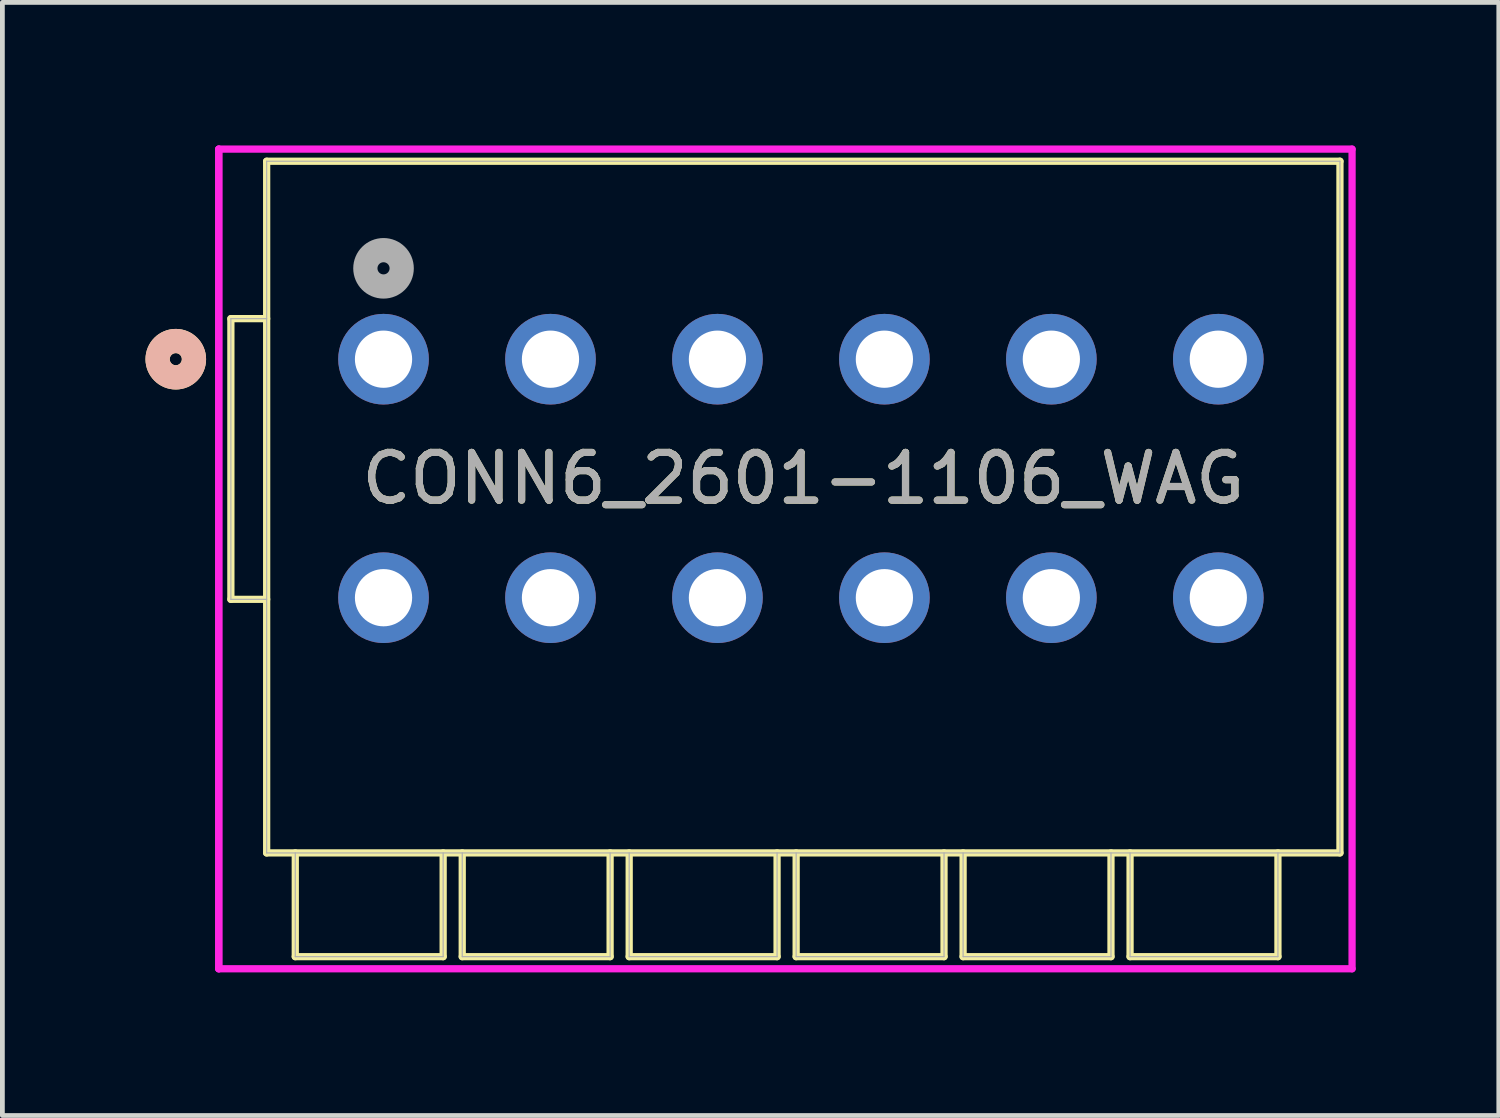
<source format=kicad_pcb>
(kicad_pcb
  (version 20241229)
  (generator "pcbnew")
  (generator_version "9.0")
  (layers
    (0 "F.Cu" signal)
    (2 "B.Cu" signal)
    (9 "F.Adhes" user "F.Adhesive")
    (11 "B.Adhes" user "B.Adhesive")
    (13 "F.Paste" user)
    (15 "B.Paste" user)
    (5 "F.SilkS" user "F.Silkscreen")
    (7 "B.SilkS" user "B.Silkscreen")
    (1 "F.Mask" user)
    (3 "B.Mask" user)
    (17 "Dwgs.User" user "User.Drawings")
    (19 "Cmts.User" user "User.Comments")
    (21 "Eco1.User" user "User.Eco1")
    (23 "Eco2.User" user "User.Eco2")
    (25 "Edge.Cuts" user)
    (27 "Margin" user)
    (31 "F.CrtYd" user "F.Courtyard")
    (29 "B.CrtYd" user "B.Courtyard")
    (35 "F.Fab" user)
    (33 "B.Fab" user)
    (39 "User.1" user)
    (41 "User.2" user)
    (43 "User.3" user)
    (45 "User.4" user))
  (footprint "CONN6_2601-1106_WAG"
    (layer "F.Cu")
    (at 4.99 4.48)
    (property "Reference" "CONN6_2601-1106_WAG" (at 8.8 2.5 0) (unlocked yes) (layer "F.SilkS") (effects (font (size 1 1) (thickness 0.15))))
    (attr through_hole)
    (fp_line (start -3.2 5.034) (end -3.2 -0.85) (stroke (width 0.152) (type solid)) (layer "F.SilkS"))
    (fp_line (start -2.45 -4.15) (end 20.05 -4.15) (stroke (width 0.152) (type solid)) (layer "F.SilkS"))
    (fp_line (start -2.45 10.35) (end -2.45 -4.15) (stroke (width 0.152) (type solid)) (layer "F.SilkS"))
    (fp_line (start -2.45 10.35) (end 20.05 10.35) (stroke (width 0.152) (type solid)) (layer "F.SilkS"))
    (fp_line (start -2.45 -0.85) (end -3.2 -0.85) (stroke (width 0.152) (type solid)) (layer "F.SilkS"))
    (fp_line (start -2.45 5.034) (end -3.2 5.034) (stroke (width 0.152) (type solid)) (layer "F.SilkS"))
    (fp_line (start -1.85 10.35) (end -1.85 12.525) (stroke (width 0.152) (type solid)) (layer "F.SilkS"))
    (fp_line (start -1.85 12.525) (end 1.25 12.525) (stroke (width 0.152) (type solid)) (layer "F.SilkS"))
    (fp_line (start 1.25 10.35) (end 1.25 12.525) (stroke (width 0.152) (type solid)) (layer "F.SilkS"))
    (fp_line (start 1.65 10.35) (end 1.65 12.525) (stroke (width 0.152) (type solid)) (layer "F.SilkS"))
    (fp_line (start 1.65 12.525) (end 4.75 12.525) (stroke (width 0.152) (type solid)) (layer "F.SilkS"))
    (fp_line (start 4.75 10.35) (end 4.75 12.525) (stroke (width 0.152) (type solid)) (layer "F.SilkS"))
    (fp_line (start 5.15 10.35) (end 5.15 12.525) (stroke (width 0.152) (type solid)) (layer "F.SilkS"))
    (fp_line (start 5.15 12.525) (end 8.25 12.525) (stroke (width 0.152) (type solid)) (layer "F.SilkS"))
    (fp_line (start 8.25 10.35) (end 8.25 12.525) (stroke (width 0.152) (type solid)) (layer "F.SilkS"))
    (fp_line (start 8.65 10.35) (end 8.65 12.525) (stroke (width 0.152) (type solid)) (layer "F.SilkS"))
    (fp_line (start 8.65 12.525) (end 11.75 12.525) (stroke (width 0.152) (type solid)) (layer "F.SilkS"))
    (fp_line (start 11.75 10.35) (end 11.75 12.525) (stroke (width 0.152) (type solid)) (layer "F.SilkS"))
    (fp_line (start 12.15 10.35) (end 12.15 12.525) (stroke (width 0.152) (type solid)) (layer "F.SilkS"))
    (fp_line (start 12.15 12.525) (end 15.25 12.525) (stroke (width 0.152) (type solid)) (layer "F.SilkS"))
    (fp_line (start 15.25 10.35) (end 15.25 12.525) (stroke (width 0.152) (type solid)) (layer "F.SilkS"))
    (fp_line (start 15.65 10.35) (end 15.65 12.525) (stroke (width 0.152) (type solid)) (layer "F.SilkS"))
    (fp_line (start 15.65 12.525) (end 18.75 12.525) (stroke (width 0.152) (type solid)) (layer "F.SilkS"))
    (fp_line (start 18.75 10.35) (end 18.75 12.525) (stroke (width 0.152) (type solid)) (layer "F.SilkS"))
    (fp_line (start 20.05 -4.15) (end 20.05 10.35) (stroke (width 0.152) (type solid)) (layer "F.SilkS"))
    (fp_circle (center -4.355 0) (end -3.974 0) (stroke (width 0.508) (type solid)) (fill no) (layer "F.SilkS"))
    (fp_circle (center -4.355 0) (end -3.974 0) (stroke (width 0.508) (type solid)) (fill no) (layer "B.SilkS"))
    (fp_line (start -3.454 -4.404) (end -3.454 12.779) (stroke (width 0.152) (type solid)) (layer "F.CrtYd"))
    (fp_line (start -3.454 -4.404) (end -3.454 12.779) (stroke (width 0.152) (type solid)) (layer "F.CrtYd"))
    (fp_line (start -3.454 12.779) (end 20.304 12.779) (stroke (width 0.152) (type solid)) (layer "F.CrtYd"))
    (fp_line (start 20.304 -4.404) (end -3.454 -4.404) (stroke (width 0.152) (type solid)) (layer "F.CrtYd"))
    (fp_line (start 20.304 12.779) (end 20.304 -4.404) (stroke (width 0.152) (type solid)) (layer "F.CrtYd"))
    (fp_line (start -3.2 5.034) (end -3.2 -0.85) (stroke (width 0.025) (type solid)) (layer "F.Fab"))
    (fp_line (start -2.45 -4.15) (end 20.05 -4.15) (stroke (width 0.025) (type solid)) (layer "F.Fab"))
    (fp_line (start -2.45 10.35) (end -2.45 -4.15) (stroke (width 0.025) (type solid)) (layer "F.Fab"))
    (fp_line (start -2.45 10.35) (end 20.05 10.35) (stroke (width 0.025) (type solid)) (layer "F.Fab"))
    (fp_line (start -2.45 -0.85) (end -3.2 -0.85) (stroke (width 0.025) (type solid)) (layer "F.Fab"))
    (fp_line (start -2.45 5.034) (end -3.2 5.034) (stroke (width 0.025) (type solid)) (layer "F.Fab"))
    (fp_line (start -1.85 10.35) (end -1.85 12.525) (stroke (width 0.025) (type solid)) (layer "F.Fab"))
    (fp_line (start -1.85 12.525) (end 1.25 12.525) (stroke (width 0.025) (type solid)) (layer "F.Fab"))
    (fp_line (start 1.25 10.35) (end 1.25 12.525) (stroke (width 0.025) (type solid)) (layer "F.Fab"))
    (fp_line (start 1.65 10.35) (end 1.65 12.525) (stroke (width 0.025) (type solid)) (layer "F.Fab"))
    (fp_line (start 1.65 12.525) (end 4.75 12.525) (stroke (width 0.025) (type solid)) (layer "F.Fab"))
    (fp_line (start 4.75 10.35) (end 4.75 12.525) (stroke (width 0.025) (type solid)) (layer "F.Fab"))
    (fp_line (start 5.15 10.35) (end 5.15 12.525) (stroke (width 0.025) (type solid)) (layer "F.Fab"))
    (fp_line (start 5.15 12.525) (end 8.25 12.525) (stroke (width 0.025) (type solid)) (layer "F.Fab"))
    (fp_line (start 8.25 10.35) (end 8.25 12.525) (stroke (width 0.025) (type solid)) (layer "F.Fab"))
    (fp_line (start 8.65 10.35) (end 8.65 12.525) (stroke (width 0.025) (type solid)) (layer "F.Fab"))
    (fp_line (start 8.65 12.525) (end 11.75 12.525) (stroke (width 0.025) (type solid)) (layer "F.Fab"))
    (fp_line (start 11.75 10.35) (end 11.75 12.525) (stroke (width 0.025) (type solid)) (layer "F.Fab"))
    (fp_line (start 12.15 10.35) (end 12.15 12.525) (stroke (width 0.025) (type solid)) (layer "F.Fab"))
    (fp_line (start 12.15 12.525) (end 15.25 12.525) (stroke (width 0.025) (type solid)) (layer "F.Fab"))
    (fp_line (start 15.25 10.35) (end 15.25 12.525) (stroke (width 0.025) (type solid)) (layer "F.Fab"))
    (fp_line (start 15.65 10.35) (end 15.65 12.525) (stroke (width 0.025) (type solid)) (layer "F.Fab"))
    (fp_line (start 15.65 12.525) (end 18.75 12.525) (stroke (width 0.025) (type solid)) (layer "F.Fab"))
    (fp_line (start 18.75 10.35) (end 18.75 12.525) (stroke (width 0.025) (type solid)) (layer "F.Fab"))
    (fp_line (start 20.05 -4.15) (end 20.05 10.35) (stroke (width 0.025) (type solid)) (layer "F.Fab"))
    (fp_circle (center 0 -1.905) (end 0.381 -1.905) (stroke (width 0.508) (type solid)) (fill no) (layer "F.Fab"))
    (fp_text user "${REFERENCE}" (at 8.8 2.5 0) (unlocked yes) (layer "F.Fab") (effects (font (size 1 1) (thickness 0.15))))
    (pad "1" thru_hole circle (at 0 0) (size 1.9 1.9) (drill 1.2) (layers "*.Cu" "*.Mask"))
    (pad "2" thru_hole circle (at 0 5) (size 1.9 1.9) (drill 1.2) (layers "*.Cu" "*.Mask"))
    (pad "3" thru_hole circle (at 3.5 0) (size 1.9 1.9) (drill 1.2) (layers "*.Cu" "*.Mask"))
    (pad "4" thru_hole circle (at 3.5 5) (size 1.9 1.9) (drill 1.2) (layers "*.Cu" "*.Mask"))
    (pad "5" thru_hole circle (at 7 0) (size 1.9 1.9) (drill 1.2) (layers "*.Cu" "*.Mask"))
    (pad "6" thru_hole circle (at 7 5) (size 1.9 1.9) (drill 1.2) (layers "*.Cu" "*.Mask"))
    (pad "7" thru_hole circle (at 10.5 0) (size 1.9 1.9) (drill 1.2) (layers "*.Cu" "*.Mask"))
    (pad "8" thru_hole circle (at 10.5 5) (size 1.9 1.9) (drill 1.2) (layers "*.Cu" "*.Mask"))
    (pad "9" thru_hole circle (at 14 0) (size 1.9 1.9) (drill 1.2) (layers "*.Cu" "*.Mask"))
    (pad "10" thru_hole circle (at 14 5) (size 1.9 1.9) (drill 1.2) (layers "*.Cu" "*.Mask"))
    (pad "11" thru_hole circle (at 17.5 0) (size 1.9 1.9) (drill 1.2) (layers "*.Cu" "*.Mask"))
    (pad "12" thru_hole circle (at 17.5 5) (size 1.9 1.9) (drill 1.2) (layers "*.Cu" "*.Mask")))
  (gr_rect
    (start -3 -3)
    (end 28.37 20.335)
    (stroke (width 0.1) (type default))
    (fill no)
    (layer "Edge.Cuts")))
</source>
